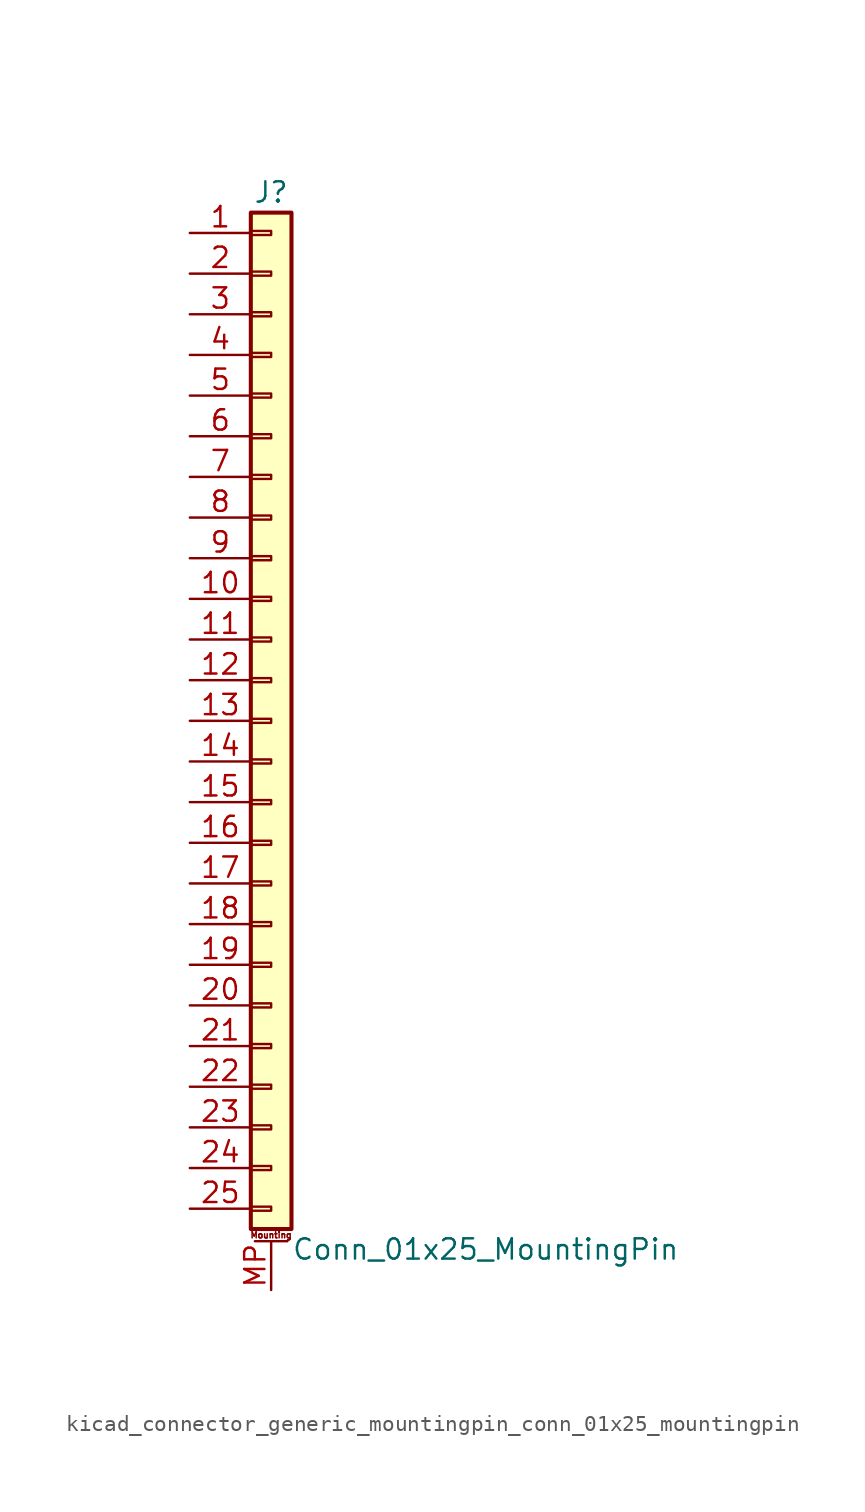
<source format=kicad_sym>
(kicad_symbol_lib
  (version 20220914)
  (generator kicad_symbol_editor)
  (symbol "kicad_connector_generic_mountingpin_conn_01x25_mountingpin"
    (pin_names
      (offset 1.016) hide)
    (property "Reference" "J"
      (at 0 33.02 0)
      (effects (font (size 1.27 1.27))))
    (property "Value" "Conn_01x25_MountingPin"
      (at 1.27 -33.02 0)
      (effects (font (size 1.27 1.27)) (justify left)))
    (symbol "kicad_connector_generic_mountingpin_conn_01x25_mountingpin_1_1"
      (rectangle (start -1.27 -30.353) (end 0 -30.607) (stroke (width 0.152) (type default)) (fill (type none)))
      (rectangle (start -1.27 -27.813) (end 0 -28.067) (stroke (width 0.152) (type default)) (fill (type none)))
      (rectangle (start -1.27 -25.273) (end 0 -25.527) (stroke (width 0.152) (type default)) (fill (type none)))
      (rectangle (start -1.27 -22.733) (end 0 -22.987) (stroke (width 0.152) (type default)) (fill (type none)))
      (rectangle (start -1.27 -20.193) (end 0 -20.447) (stroke (width 0.152) (type default)) (fill (type none)))
      (rectangle (start -1.27 -17.653) (end 0 -17.907) (stroke (width 0.152) (type default)) (fill (type none)))
      (rectangle (start -1.27 -15.113) (end 0 -15.367) (stroke (width 0.152) (type default)) (fill (type none)))
      (rectangle (start -1.27 -12.573) (end 0 -12.827) (stroke (width 0.152) (type default)) (fill (type none)))
      (rectangle (start -1.27 -10.033) (end 0 -10.287) (stroke (width 0.152) (type default)) (fill (type none)))
      (rectangle (start -1.27 -7.493) (end 0 -7.747) (stroke (width 0.152) (type default)) (fill (type none)))
      (rectangle (start -1.27 -4.953) (end 0 -5.207) (stroke (width 0.152) (type default)) (fill (type none)))
      (rectangle (start -1.27 -2.413) (end 0 -2.667) (stroke (width 0.152) (type default)) (fill (type none)))
      (rectangle (start -1.27 0.127) (end 0 -0.127) (stroke (width 0.152) (type default)) (fill (type none)))
      (rectangle (start -1.27 2.667) (end 0 2.413) (stroke (width 0.152) (type default)) (fill (type none)))
      (rectangle (start -1.27 5.207) (end 0 4.953) (stroke (width 0.152) (type default)) (fill (type none)))
      (rectangle (start -1.27 7.747) (end 0 7.493) (stroke (width 0.152) (type default)) (fill (type none)))
      (rectangle (start -1.27 10.287) (end 0 10.033) (stroke (width 0.152) (type default)) (fill (type none)))
      (rectangle (start -1.27 12.827) (end 0 12.573) (stroke (width 0.152) (type default)) (fill (type none)))
      (rectangle (start -1.27 15.367) (end 0 15.113) (stroke (width 0.152) (type default)) (fill (type none)))
      (rectangle (start -1.27 17.907) (end 0 17.653) (stroke (width 0.152) (type default)) (fill (type none)))
      (rectangle (start -1.27 20.447) (end 0 20.193) (stroke (width 0.152) (type default)) (fill (type none)))
      (rectangle (start -1.27 22.987) (end 0 22.733) (stroke (width 0.152) (type default)) (fill (type none)))
      (rectangle (start -1.27 25.527) (end 0 25.273) (stroke (width 0.152) (type default)) (fill (type none)))
      (rectangle (start -1.27 28.067) (end 0 27.813) (stroke (width 0.152) (type default)) (fill (type none)))
      (rectangle (start -1.27 30.607) (end 0 30.353) (stroke (width 0.152) (type default)) (fill (type none)))
      (rectangle (start -1.27 31.75) (end 1.27 -31.75) (stroke (width 0.254) (type default)) (fill (type background)))
      (polyline (pts (xy -1.016 -32.512) (xy 1.016 -32.512)) (stroke (width 0.152) (type default)) (fill (type none)))
      (text "Mounting" (at 0 -32.131 0) (effects (font (size 0.381 0.381))))
      (pin passive line (at -5.08 30.48 0) (length 3.81) (name "Pin_1" (effects (font (size 1.27 1.27)))) (number "1" (effects (font (size 1.27 1.27)))))
      (pin passive line (at -5.08 7.62 0) (length 3.81) (name "Pin_10" (effects (font (size 1.27 1.27)))) (number "10" (effects (font (size 1.27 1.27)))))
      (pin passive line (at -5.08 5.08 0) (length 3.81) (name "Pin_11" (effects (font (size 1.27 1.27)))) (number "11" (effects (font (size 1.27 1.27)))))
      (pin passive line (at -5.08 2.54 0) (length 3.81) (name "Pin_12" (effects (font (size 1.27 1.27)))) (number "12" (effects (font (size 1.27 1.27)))))
      (pin passive line (at -5.08 0 0) (length 3.81) (name "Pin_13" (effects (font (size 1.27 1.27)))) (number "13" (effects (font (size 1.27 1.27)))))
      (pin passive line (at -5.08 -2.54 0) (length 3.81) (name "Pin_14" (effects (font (size 1.27 1.27)))) (number "14" (effects (font (size 1.27 1.27)))))
      (pin passive line (at -5.08 -5.08 0) (length 3.81) (name "Pin_15" (effects (font (size 1.27 1.27)))) (number "15" (effects (font (size 1.27 1.27)))))
      (pin passive line (at -5.08 -7.62 0) (length 3.81) (name "Pin_16" (effects (font (size 1.27 1.27)))) (number "16" (effects (font (size 1.27 1.27)))))
      (pin passive line (at -5.08 -10.16 0) (length 3.81) (name "Pin_17" (effects (font (size 1.27 1.27)))) (number "17" (effects (font (size 1.27 1.27)))))
      (pin passive line (at -5.08 -12.7 0) (length 3.81) (name "Pin_18" (effects (font (size 1.27 1.27)))) (number "18" (effects (font (size 1.27 1.27)))))
      (pin passive line (at -5.08 -15.24 0) (length 3.81) (name "Pin_19" (effects (font (size 1.27 1.27)))) (number "19" (effects (font (size 1.27 1.27)))))
      (pin passive line (at -5.08 27.94 0) (length 3.81) (name "Pin_2" (effects (font (size 1.27 1.27)))) (number "2" (effects (font (size 1.27 1.27)))))
      (pin passive line (at -5.08 -17.78 0) (length 3.81) (name "Pin_20" (effects (font (size 1.27 1.27)))) (number "20" (effects (font (size 1.27 1.27)))))
      (pin passive line (at -5.08 -20.32 0) (length 3.81) (name "Pin_21" (effects (font (size 1.27 1.27)))) (number "21" (effects (font (size 1.27 1.27)))))
      (pin passive line (at -5.08 -22.86 0) (length 3.81) (name "Pin_22" (effects (font (size 1.27 1.27)))) (number "22" (effects (font (size 1.27 1.27)))))
      (pin passive line (at -5.08 -25.4 0) (length 3.81) (name "Pin_23" (effects (font (size 1.27 1.27)))) (number "23" (effects (font (size 1.27 1.27)))))
      (pin passive line (at -5.08 -27.94 0) (length 3.81) (name "Pin_24" (effects (font (size 1.27 1.27)))) (number "24" (effects (font (size 1.27 1.27)))))
      (pin passive line (at -5.08 -30.48 0) (length 3.81) (name "Pin_25" (effects (font (size 1.27 1.27)))) (number "25" (effects (font (size 1.27 1.27)))))
      (pin passive line (at -5.08 25.4 0) (length 3.81) (name "Pin_3" (effects (font (size 1.27 1.27)))) (number "3" (effects (font (size 1.27 1.27)))))
      (pin passive line (at -5.08 22.86 0) (length 3.81) (name "Pin_4" (effects (font (size 1.27 1.27)))) (number "4" (effects (font (size 1.27 1.27)))))
      (pin passive line (at -5.08 20.32 0) (length 3.81) (name "Pin_5" (effects (font (size 1.27 1.27)))) (number "5" (effects (font (size 1.27 1.27)))))
      (pin passive line (at -5.08 17.78 0) (length 3.81) (name "Pin_6" (effects (font (size 1.27 1.27)))) (number "6" (effects (font (size 1.27 1.27)))))
      (pin passive line (at -5.08 15.24 0) (length 3.81) (name "Pin_7" (effects (font (size 1.27 1.27)))) (number "7" (effects (font (size 1.27 1.27)))))
      (pin passive line (at -5.08 12.7 0) (length 3.81) (name "Pin_8" (effects (font (size 1.27 1.27)))) (number "8" (effects (font (size 1.27 1.27)))))
      (pin passive line (at -5.08 10.16 0) (length 3.81) (name "Pin_9" (effects (font (size 1.27 1.27)))) (number "9" (effects (font (size 1.27 1.27)))))
      (pin passive line (at 0 -35.56 90) (length 3.048) (name "MountPin" (effects (font (size 1.27 1.27)))) (number "MP" (effects (font (size 1.27 1.27))))))))
</source>
